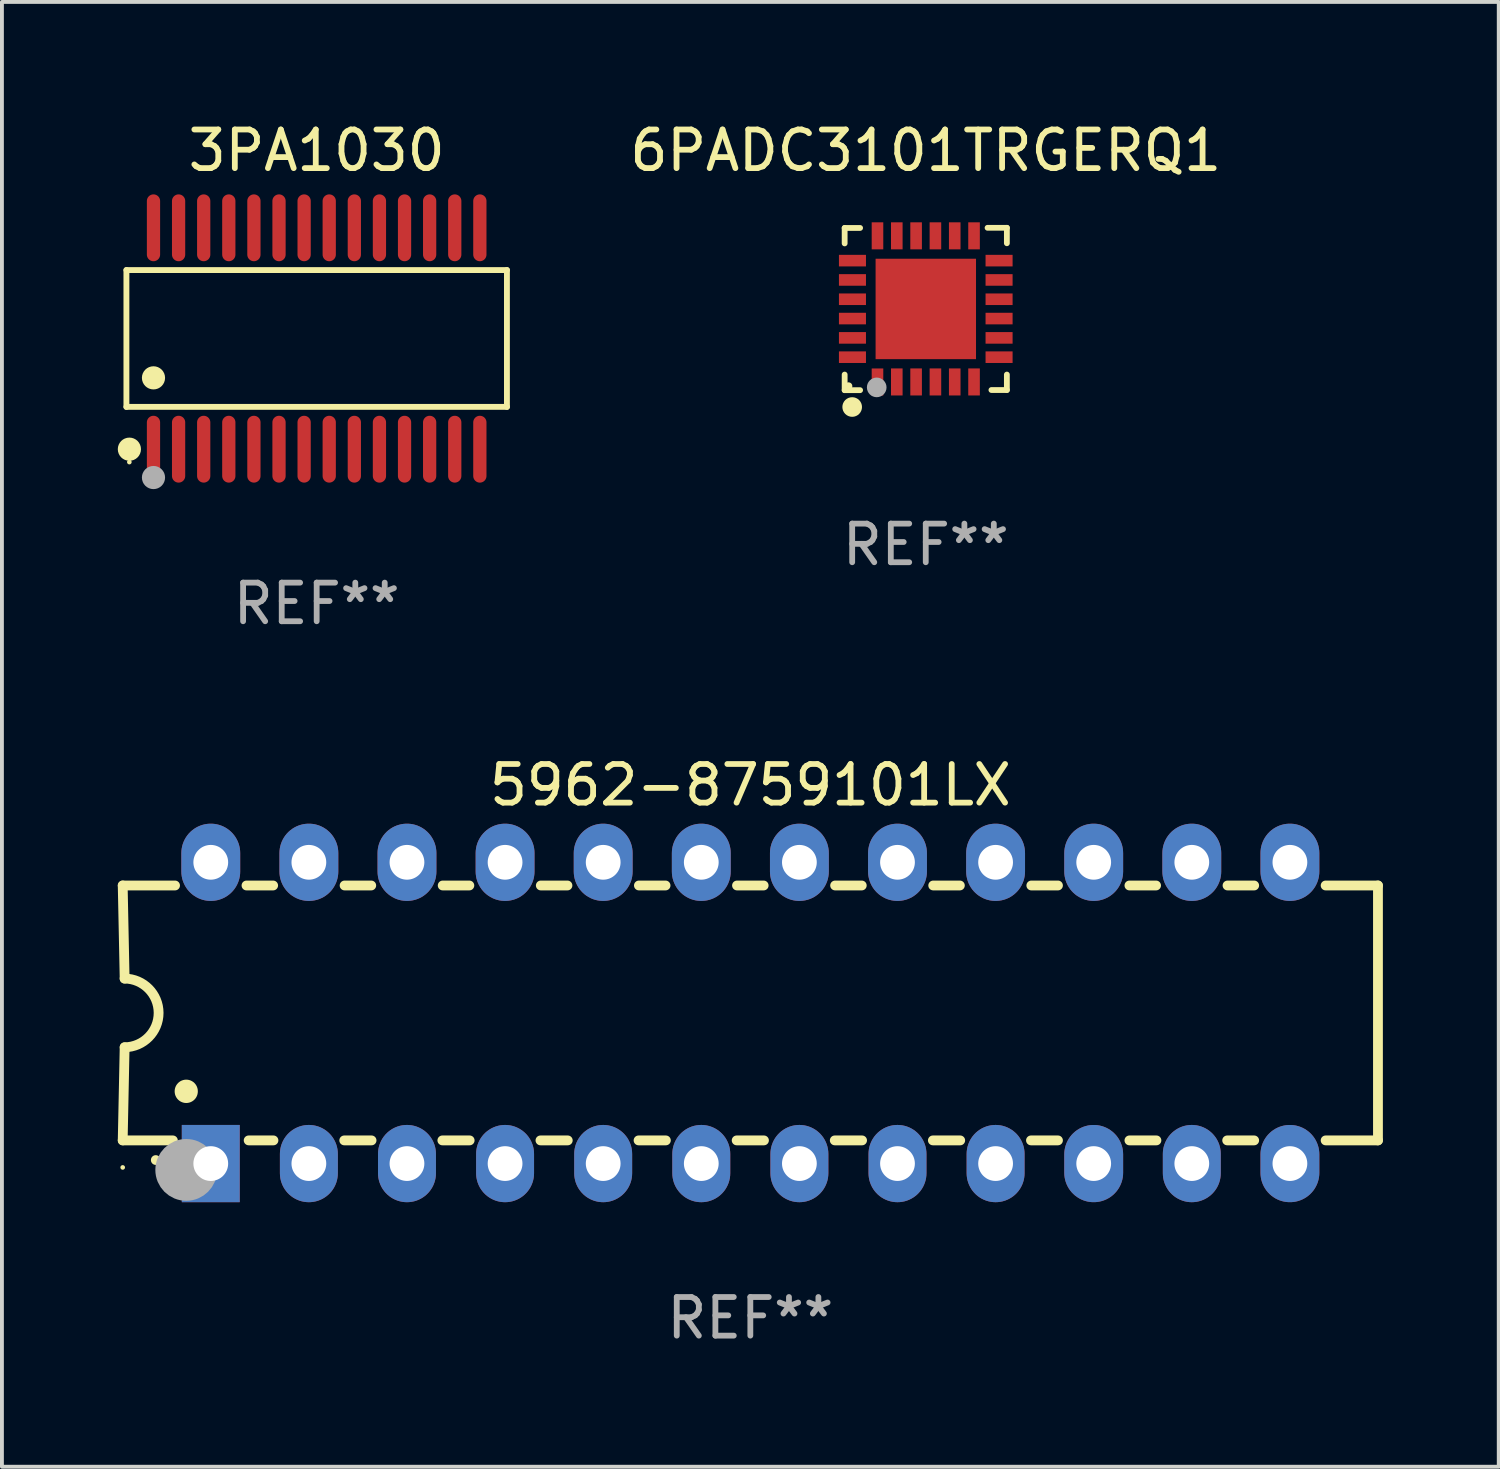
<source format=kicad_pcb>
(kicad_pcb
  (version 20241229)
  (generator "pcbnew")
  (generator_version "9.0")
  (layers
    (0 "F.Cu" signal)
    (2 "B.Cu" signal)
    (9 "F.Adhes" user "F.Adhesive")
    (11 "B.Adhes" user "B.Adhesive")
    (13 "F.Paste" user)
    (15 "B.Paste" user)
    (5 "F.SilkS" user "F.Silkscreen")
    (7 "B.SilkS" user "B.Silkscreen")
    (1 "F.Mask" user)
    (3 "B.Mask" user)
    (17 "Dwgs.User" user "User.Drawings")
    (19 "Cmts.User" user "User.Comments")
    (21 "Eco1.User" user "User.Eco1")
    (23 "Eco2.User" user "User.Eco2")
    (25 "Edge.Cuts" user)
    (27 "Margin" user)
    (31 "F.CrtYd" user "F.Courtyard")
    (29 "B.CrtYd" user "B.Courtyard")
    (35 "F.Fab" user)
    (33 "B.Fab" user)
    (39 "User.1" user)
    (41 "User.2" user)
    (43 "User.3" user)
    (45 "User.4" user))
  (footprint "5962-8759101LX"
    (layer "F.Cu")
    (at 16.377 23.176)
    (property "Reference" "5962-8759101LX" (at 0 -5.9 0) (layer "F.SilkS") (effects (font (size 1 1) (thickness 0.15))))
    (attr through_hole)
    (fp_line (start -16.25 -3.3) (end -16.2 -0.889) (stroke (width 0.254) (type solid)) (layer "F.SilkS"))
    (fp_line (start -16.25 -3.3) (end -14.895 -3.3) (stroke (width 0.254) (type solid)) (layer "F.SilkS"))
    (fp_line (start -16.25 3.3) (end -16.2 0.889) (stroke (width 0.254) (type solid)) (layer "F.SilkS"))
    (fp_line (start -16.25 3.3) (end -14.951 3.3) (stroke (width 0.254) (type solid)) (layer "F.SilkS"))
    (fp_line (start -13.045 -3.3) (end -12.355 -3.3) (stroke (width 0.254) (type solid)) (layer "F.SilkS"))
    (fp_line (start -12.989 3.3) (end -12.347 3.3) (stroke (width 0.254) (type solid)) (layer "F.SilkS"))
    (fp_line (start -10.514 3.3) (end -9.807 3.3) (stroke (width 0.254) (type solid)) (layer "F.SilkS"))
    (fp_line (start -10.505 -3.3) (end -9.815 -3.3) (stroke (width 0.254) (type solid)) (layer "F.SilkS"))
    (fp_line (start -7.974 3.3) (end -7.267 3.3) (stroke (width 0.254) (type solid)) (layer "F.SilkS"))
    (fp_line (start -7.965 -3.3) (end -7.275 -3.3) (stroke (width 0.254) (type solid)) (layer "F.SilkS"))
    (fp_line (start -5.434 3.3) (end -4.727 3.3) (stroke (width 0.254) (type solid)) (layer "F.SilkS"))
    (fp_line (start -5.425 -3.3) (end -4.735 -3.3) (stroke (width 0.254) (type solid)) (layer "F.SilkS"))
    (fp_line (start -2.894 3.3) (end -2.187 3.3) (stroke (width 0.254) (type solid)) (layer "F.SilkS"))
    (fp_line (start -2.885 -3.3) (end -2.195 -3.3) (stroke (width 0.254) (type solid)) (layer "F.SilkS"))
    (fp_line (start -0.354 3.3) (end 0.353 3.3) (stroke (width 0.254) (type solid)) (layer "F.SilkS"))
    (fp_line (start -0.345 -3.3) (end 0.345 -3.3) (stroke (width 0.254) (type solid)) (layer "F.SilkS"))
    (fp_line (start 2.186 3.3) (end 2.893 3.3) (stroke (width 0.254) (type solid)) (layer "F.SilkS"))
    (fp_line (start 2.195 -3.3) (end 2.885 -3.3) (stroke (width 0.254) (type solid)) (layer "F.SilkS"))
    (fp_line (start 4.726 3.3) (end 5.434 3.3) (stroke (width 0.254) (type solid)) (layer "F.SilkS"))
    (fp_line (start 4.735 -3.3) (end 5.425 -3.3) (stroke (width 0.254) (type solid)) (layer "F.SilkS"))
    (fp_line (start 7.266 3.3) (end 7.965 3.3) (stroke (width 0.254) (type solid)) (layer "F.SilkS"))
    (fp_line (start 7.275 -3.3) (end 7.965 -3.3) (stroke (width 0.254) (type solid)) (layer "F.SilkS"))
    (fp_line (start 9.815 -3.3) (end 10.505 -3.3) (stroke (width 0.254) (type solid)) (layer "F.SilkS"))
    (fp_line (start 9.815 3.3) (end 10.514 3.3) (stroke (width 0.254) (type solid)) (layer "F.SilkS"))
    (fp_line (start 12.346 3.3) (end 13.045 3.3) (stroke (width 0.254) (type solid)) (layer "F.SilkS"))
    (fp_line (start 12.355 -3.3) (end 13.045 -3.3) (stroke (width 0.254) (type solid)) (layer "F.SilkS"))
    (fp_line (start 16.25 -3.3) (end 14.895 -3.3) (stroke (width 0.254) (type solid)) (layer "F.SilkS"))
    (fp_line (start 16.25 -3.3) (end 16.25 3.3) (stroke (width 0.254) (type solid)) (layer "F.SilkS"))
    (fp_line (start 16.25 3.3) (end 14.895 3.3) (stroke (width 0.254) (type solid)) (layer "F.SilkS"))
    (fp_arc (start -16.201016 -0.890146) (mid -15.311429 -0.001055) (end -16.200025 0.889027) (stroke (width 0.254001) (type solid)) (layer "F.SilkS"))
    (fp_arc (start -15.394971 3.810033) (mid -15.394978 3.808763) (end -15.394971 3.807493) (stroke (width 0.25) (type solid)) (layer "F.SilkS"))
    (fp_arc (start -14.605029 2.032029) (mid -14.60504 2.029489) (end -14.605029 2.026949) (stroke (width 0.6) (type solid)) (layer "F.SilkS"))
    (fp_circle (center -16.25 4) (end -16.22 4) (stroke (width 0.06) (type solid)) (fill no) (layer "F.SilkS"))
    (fp_circle (center -14.605 4.064) (end -14.205 4.064) (stroke (width 0.8) (type solid)) (fill no) (layer "F.Fab"))
    (fp_text user "REF**" (at 0 7.9 0) (layer "F.Fab") (effects (font (size 1 1) (thickness 0.15))))
    (pad "1" thru_hole rect (at -13.97 3.9 90) (size 2 1.5) (drill 0.9) (layers "*.Cu" "*.Mask"))
    (pad "2" thru_hole oval (at -11.43 3.9 90) (size 2 1.5) (drill 0.9) (layers "*.Cu" "*.Mask"))
    (pad "3" thru_hole oval (at -8.89 3.9 90) (size 2 1.5) (drill 0.9) (layers "*.Cu" "*.Mask"))
    (pad "4" thru_hole oval (at -6.35 3.9 90) (size 2 1.5) (drill 0.9) (layers "*.Cu" "*.Mask"))
    (pad "5" thru_hole oval (at -3.81 3.9 90) (size 2 1.5) (drill 0.9) (layers "*.Cu" "*.Mask"))
    (pad "6" thru_hole oval (at -1.27 3.9 90) (size 2 1.5) (drill 0.9) (layers "*.Cu" "*.Mask"))
    (pad "7" thru_hole oval (at 1.27 3.9 90) (size 2 1.5) (drill 0.9) (layers "*.Cu" "*.Mask"))
    (pad "8" thru_hole oval (at 3.81 3.9 90) (size 2 1.5) (drill 0.9) (layers "*.Cu" "*.Mask"))
    (pad "9" thru_hole oval (at 6.35 3.9 90) (size 2 1.5) (drill 0.9) (layers "*.Cu" "*.Mask"))
    (pad "10" thru_hole oval (at 8.89 3.9 90) (size 2 1.524) (drill 0.9) (layers "*.Cu" "*.Mask"))
    (pad "11" thru_hole oval (at 11.43 3.9 90) (size 2 1.5) (drill 0.9) (layers "*.Cu" "*.Mask"))
    (pad "12" thru_hole oval (at 13.97 3.9 90) (size 2 1.524) (drill 0.9) (layers "*.Cu" "*.Mask"))
    (pad "13" thru_hole oval (at 13.97 -3.9 90) (size 2 1.524) (drill 0.9) (layers "*.Cu" "*.Mask"))
    (pad "14" thru_hole oval (at 11.43 -3.9 90) (size 2 1.524) (drill 0.9) (layers "*.Cu" "*.Mask"))
    (pad "15" thru_hole oval (at 8.89 -3.9 90) (size 2 1.524) (drill 0.9) (layers "*.Cu" "*.Mask"))
    (pad "16" thru_hole oval (at 6.35 -3.9 90) (size 2 1.524) (drill 0.9) (layers "*.Cu" "*.Mask"))
    (pad "17" thru_hole oval (at 3.81 -3.9 90) (size 2 1.524) (drill 0.9) (layers "*.Cu" "*.Mask"))
    (pad "18" thru_hole oval (at 1.27 -3.9 90) (size 2 1.524) (drill 0.9) (layers "*.Cu" "*.Mask"))
    (pad "19" thru_hole oval (at -1.27 -3.9 90) (size 2 1.524) (drill 0.9) (layers "*.Cu" "*.Mask"))
    (pad "20" thru_hole oval (at -3.81 -3.9 90) (size 2 1.524) (drill 0.9) (layers "*.Cu" "*.Mask"))
    (pad "21" thru_hole oval (at -6.35 -3.9 90) (size 2 1.524) (drill 0.9) (layers "*.Cu" "*.Mask"))
    (pad "22" thru_hole oval (at -8.89 -3.9 90) (size 2 1.524) (drill 0.9) (layers "*.Cu" "*.Mask"))
    (pad "23" thru_hole oval (at -11.43 -3.9 90) (size 2 1.524) (drill 0.9) (layers "*.Cu" "*.Mask"))
    (pad "24" thru_hole oval (at -13.97 -3.9 90) (size 2 1.524) (drill 0.9) (layers "*.Cu" "*.Mask")))
  (footprint "3PA1030"
    (layer "F.Cu")
    (at 5.149 5.714)
    (property "Reference" "3PA1030" (at 0 -4.866 0) (layer "F.SilkS") (effects (font (size 1 1) (thickness 0.15))))
    (attr through_hole)
    (fp_line (start -4.926 -1.772) (end 4.926 -1.772) (stroke (width 0.152) (type solid)) (layer "F.SilkS"))
    (fp_line (start -4.926 1.771) (end -4.926 -1.772) (stroke (width 0.152) (type solid)) (layer "F.SilkS"))
    (fp_line (start 4.926 -1.772) (end 4.926 1.771) (stroke (width 0.152) (type solid)) (layer "F.SilkS"))
    (fp_line (start 4.926 1.771) (end -4.926 1.771) (stroke (width 0.152) (type solid)) (layer "F.SilkS"))
    (fp_circle (center -4.85 3.2) (end -4.82 3.2) (stroke (width 0.06) (type solid)) (fill no) (layer "F.SilkS"))
    (fp_circle (center -4.849 2.866) (end -4.699 2.866) (stroke (width 0.3) (type solid)) (fill no) (layer "F.SilkS"))
    (fp_circle (center -4.225 1.019) (end -4.075 1.019) (stroke (width 0.3) (type solid)) (fill no) (layer "F.SilkS"))
    (fp_circle (center -4.225 3.6) (end -4.075 3.6) (stroke (width 0.3) (type solid)) (fill no) (layer "F.Fab"))
    (fp_text user "REF**" (at 0 6.866 0) (layer "F.Fab") (effects (font (size 1 1) (thickness 0.15))))
    (pad "1" smd oval (at -4.225 2.866) (size 0.343 1.731) (layers "F.Cu" "F.Mask" "F.Paste"))
    (pad "2" smd oval (at -3.575 2.866) (size 0.343 1.731) (layers "F.Cu" "F.Mask" "F.Paste"))
    (pad "3" smd oval (at -2.925 2.866) (size 0.343 1.731) (layers "F.Cu" "F.Mask" "F.Paste"))
    (pad "4" smd oval (at -2.275 2.866) (size 0.343 1.731) (layers "F.Cu" "F.Mask" "F.Paste"))
    (pad "5" smd oval (at -1.625 2.866) (size 0.343 1.731) (layers "F.Cu" "F.Mask" "F.Paste"))
    (pad "6" smd oval (at -0.975 2.866) (size 0.343 1.731) (layers "F.Cu" "F.Mask" "F.Paste"))
    (pad "7" smd oval (at -0.325 2.866) (size 0.343 1.731) (layers "F.Cu" "F.Mask" "F.Paste"))
    (pad "8" smd oval (at 0.325 2.866) (size 0.343 1.731) (layers "F.Cu" "F.Mask" "F.Paste"))
    (pad "9" smd oval (at 0.975 2.866) (size 0.343 1.731) (layers "F.Cu" "F.Mask" "F.Paste"))
    (pad "10" smd oval (at 1.625 2.866) (size 0.343 1.731) (layers "F.Cu" "F.Mask" "F.Paste"))
    (pad "11" smd oval (at 2.275 2.866) (size 0.343 1.731) (layers "F.Cu" "F.Mask" "F.Paste"))
    (pad "12" smd oval (at 2.925 2.866) (size 0.343 1.731) (layers "F.Cu" "F.Mask" "F.Paste"))
    (pad "13" smd oval (at 3.575 2.866) (size 0.343 1.731) (layers "F.Cu" "F.Mask" "F.Paste"))
    (pad "14" smd oval (at 4.225 2.866) (size 0.343 1.731) (layers "F.Cu" "F.Mask" "F.Paste"))
    (pad "15" smd oval (at 4.225 -2.866) (size 0.343 1.731) (layers "F.Cu" "F.Mask" "F.Paste"))
    (pad "16" smd oval (at 3.575 -2.866) (size 0.343 1.731) (layers "F.Cu" "F.Mask" "F.Paste"))
    (pad "17" smd oval (at 2.925 -2.866) (size 0.343 1.731) (layers "F.Cu" "F.Mask" "F.Paste"))
    (pad "18" smd oval (at 2.275 -2.866) (size 0.343 1.731) (layers "F.Cu" "F.Mask" "F.Paste"))
    (pad "19" smd oval (at 1.625 -2.866) (size 0.343 1.731) (layers "F.Cu" "F.Mask" "F.Paste"))
    (pad "20" smd oval (at 0.975 -2.866) (size 0.343 1.731) (layers "F.Cu" "F.Mask" "F.Paste"))
    (pad "21" smd oval (at 0.325 -2.866) (size 0.343 1.731) (layers "F.Cu" "F.Mask" "F.Paste"))
    (pad "22" smd oval (at -0.325 -2.866) (size 0.343 1.731) (layers "F.Cu" "F.Mask" "F.Paste"))
    (pad "23" smd oval (at -0.975 -2.866) (size 0.343 1.731) (layers "F.Cu" "F.Mask" "F.Paste"))
    (pad "24" smd oval (at -1.625 -2.866) (size 0.343 1.731) (layers "F.Cu" "F.Mask" "F.Paste"))
    (pad "25" smd oval (at -2.275 -2.866) (size 0.343 1.731) (layers "F.Cu" "F.Mask" "F.Paste"))
    (pad "26" smd oval (at -2.925 -2.866) (size 0.343 1.731) (layers "F.Cu" "F.Mask" "F.Paste"))
    (pad "27" smd oval (at -3.575 -2.866) (size 0.343 1.731) (layers "F.Cu" "F.Mask" "F.Paste"))
    (pad "28" smd oval (at -4.225 -2.866) (size 0.343 1.731) (layers "F.Cu" "F.Mask" "F.Paste")))
  (footprint "6PADC3101TRGERQ1"
    (layer "F.Cu")
    (at 20.919 4.95)
    (property "Reference" "6PADC3101TRGERQ1" (at 0 -4.102 0) (layer "F.SilkS") (effects (font (size 1 1) (thickness 0.15))))
    (attr through_hole)
    (fp_line (start -2.1 -2.098) (end -1.7 -2.098) (stroke (width 0.15) (type solid)) (layer "F.SilkS"))
    (fp_line (start -2.1 -1.698) (end -2.1 -2.098) (stroke (width 0.15) (type solid)) (layer "F.SilkS"))
    (fp_line (start -2.1 2.102) (end -2.1 1.698) (stroke (width 0.15) (type solid)) (layer "F.SilkS"))
    (fp_line (start -1.7 2.102) (end -2.1 2.102) (stroke (width 0.15) (type solid)) (layer "F.SilkS"))
    (fp_line (start 1.6 -2.102) (end 2.1 -2.102) (stroke (width 0.15) (type solid)) (layer "F.SilkS"))
    (fp_line (start 1.7 2.098) (end 2.1 2.098) (stroke (width 0.15) (type solid)) (layer "F.SilkS"))
    (fp_line (start 2.1 -2.102) (end 2.1 -1.702) (stroke (width 0.15) (type solid)) (layer "F.SilkS"))
    (fp_line (start 2.1 2.098) (end 2.1 1.698) (stroke (width 0.15) (type solid)) (layer "F.SilkS"))
    (fp_circle (center -2 1.998) (end -1.95 1.998) (stroke (width 0.1) (type solid)) (fill no) (layer "F.SilkS"))
    (fp_circle (center -1.905 2.538) (end -1.778 2.538) (stroke (width 0.254) (type solid)) (fill no) (layer "F.SilkS"))
    (fp_circle (center -1.27 2.03) (end -1.143 2.03) (stroke (width 0.254) (type solid)) (fill no) (layer "F.Fab"))
    (fp_text user "REF**" (at 0 6.102 0) (layer "F.Fab") (effects (font (size 1 1) (thickness 0.15))))
    (pad "1" smd rect (at -1.25 1.89 180) (size 0.3 0.7) (layers "F.Cu" "F.Mask" "F.Paste"))
    (pad "2" smd rect (at -0.75 1.889 180) (size 0.3 0.7) (layers "F.Cu" "F.Mask" "F.Paste"))
    (pad "3" smd rect (at -0.25 1.889 180) (size 0.3 0.7) (layers "F.Cu" "F.Mask" "F.Paste"))
    (pad "4" smd rect (at 0.25 1.889 180) (size 0.3 0.7) (layers "F.Cu" "F.Mask" "F.Paste"))
    (pad "5" smd rect (at 0.75 1.889 180) (size 0.3 0.7) (layers "F.Cu" "F.Mask" "F.Paste"))
    (pad "6" smd rect (at 1.25 1.889 180) (size 0.3 0.7) (layers "F.Cu" "F.Mask" "F.Paste"))
    (pad "7" smd rect (at 1.898 1.248 270) (size 0.3 0.7) (layers "F.Cu" "F.Mask" "F.Paste"))
    (pad "8" smd rect (at 1.898 0.748 270) (size 0.3 0.7) (layers "F.Cu" "F.Mask" "F.Paste"))
    (pad "9" smd rect (at 1.898 0.248 270) (size 0.3 0.7) (layers "F.Cu" "F.Mask" "F.Paste"))
    (pad "10" smd rect (at 1.898 -0.252 270) (size 0.3 0.7) (layers "F.Cu" "F.Mask" "F.Paste"))
    (pad "11" smd rect (at 1.898 -0.752 270) (size 0.3 0.7) (layers "F.Cu" "F.Mask" "F.Paste"))
    (pad "12" smd rect (at 1.898 -1.252 270) (size 0.3 0.7) (layers "F.Cu" "F.Mask" "F.Paste"))
    (pad "13" smd rect (at 1.25 -1.894) (size 0.3 0.7) (layers "F.Cu" "F.Mask" "F.Paste"))
    (pad "14" smd rect (at 0.75 -1.894) (size 0.3 0.7) (layers "F.Cu" "F.Mask" "F.Paste"))
    (pad "15" smd rect (at 0.25 -1.894) (size 0.3 0.7) (layers "F.Cu" "F.Mask" "F.Paste"))
    (pad "16" smd rect (at -0.25 -1.894) (size 0.3 0.7) (layers "F.Cu" "F.Mask" "F.Paste"))
    (pad "17" smd rect (at -0.75 -1.894) (size 0.3 0.7) (layers "F.Cu" "F.Mask" "F.Paste"))
    (pad "18" smd rect (at -1.25 -1.894) (size 0.3 0.7) (layers "F.Cu" "F.Mask" "F.Paste"))
    (pad "19" smd rect (at -1.898 -1.252 90) (size 0.3 0.7) (layers "F.Cu" "F.Mask" "F.Paste"))
    (pad "20" smd rect (at -1.898 -0.752 90) (size 0.3 0.7) (layers "F.Cu" "F.Mask" "F.Paste"))
    (pad "21" smd rect (at -1.898 -0.252 90) (size 0.3 0.7) (layers "F.Cu" "F.Mask" "F.Paste"))
    (pad "22" smd rect (at -1.898 0.248 90) (size 0.3 0.7) (layers "F.Cu" "F.Mask" "F.Paste"))
    (pad "23" smd rect (at -1.898 0.748 90) (size 0.3 0.7) (layers "F.Cu" "F.Mask" "F.Paste"))
    (pad "24" smd rect (at -1.898 1.248 90) (size 0.3 0.7) (layers "F.Cu" "F.Mask" "F.Paste"))
    (pad "25" smd rect (at 0.001 -0.001 90) (size 2.6 2.6) (layers "F.Cu" "F.Mask" "F.Paste")))
  (gr_rect
    (start -3 -3)
    (end 35.754 34.925)
    (stroke (width 0.1) (type default))
    (fill no)
    (layer "Edge.Cuts")))
</source>
